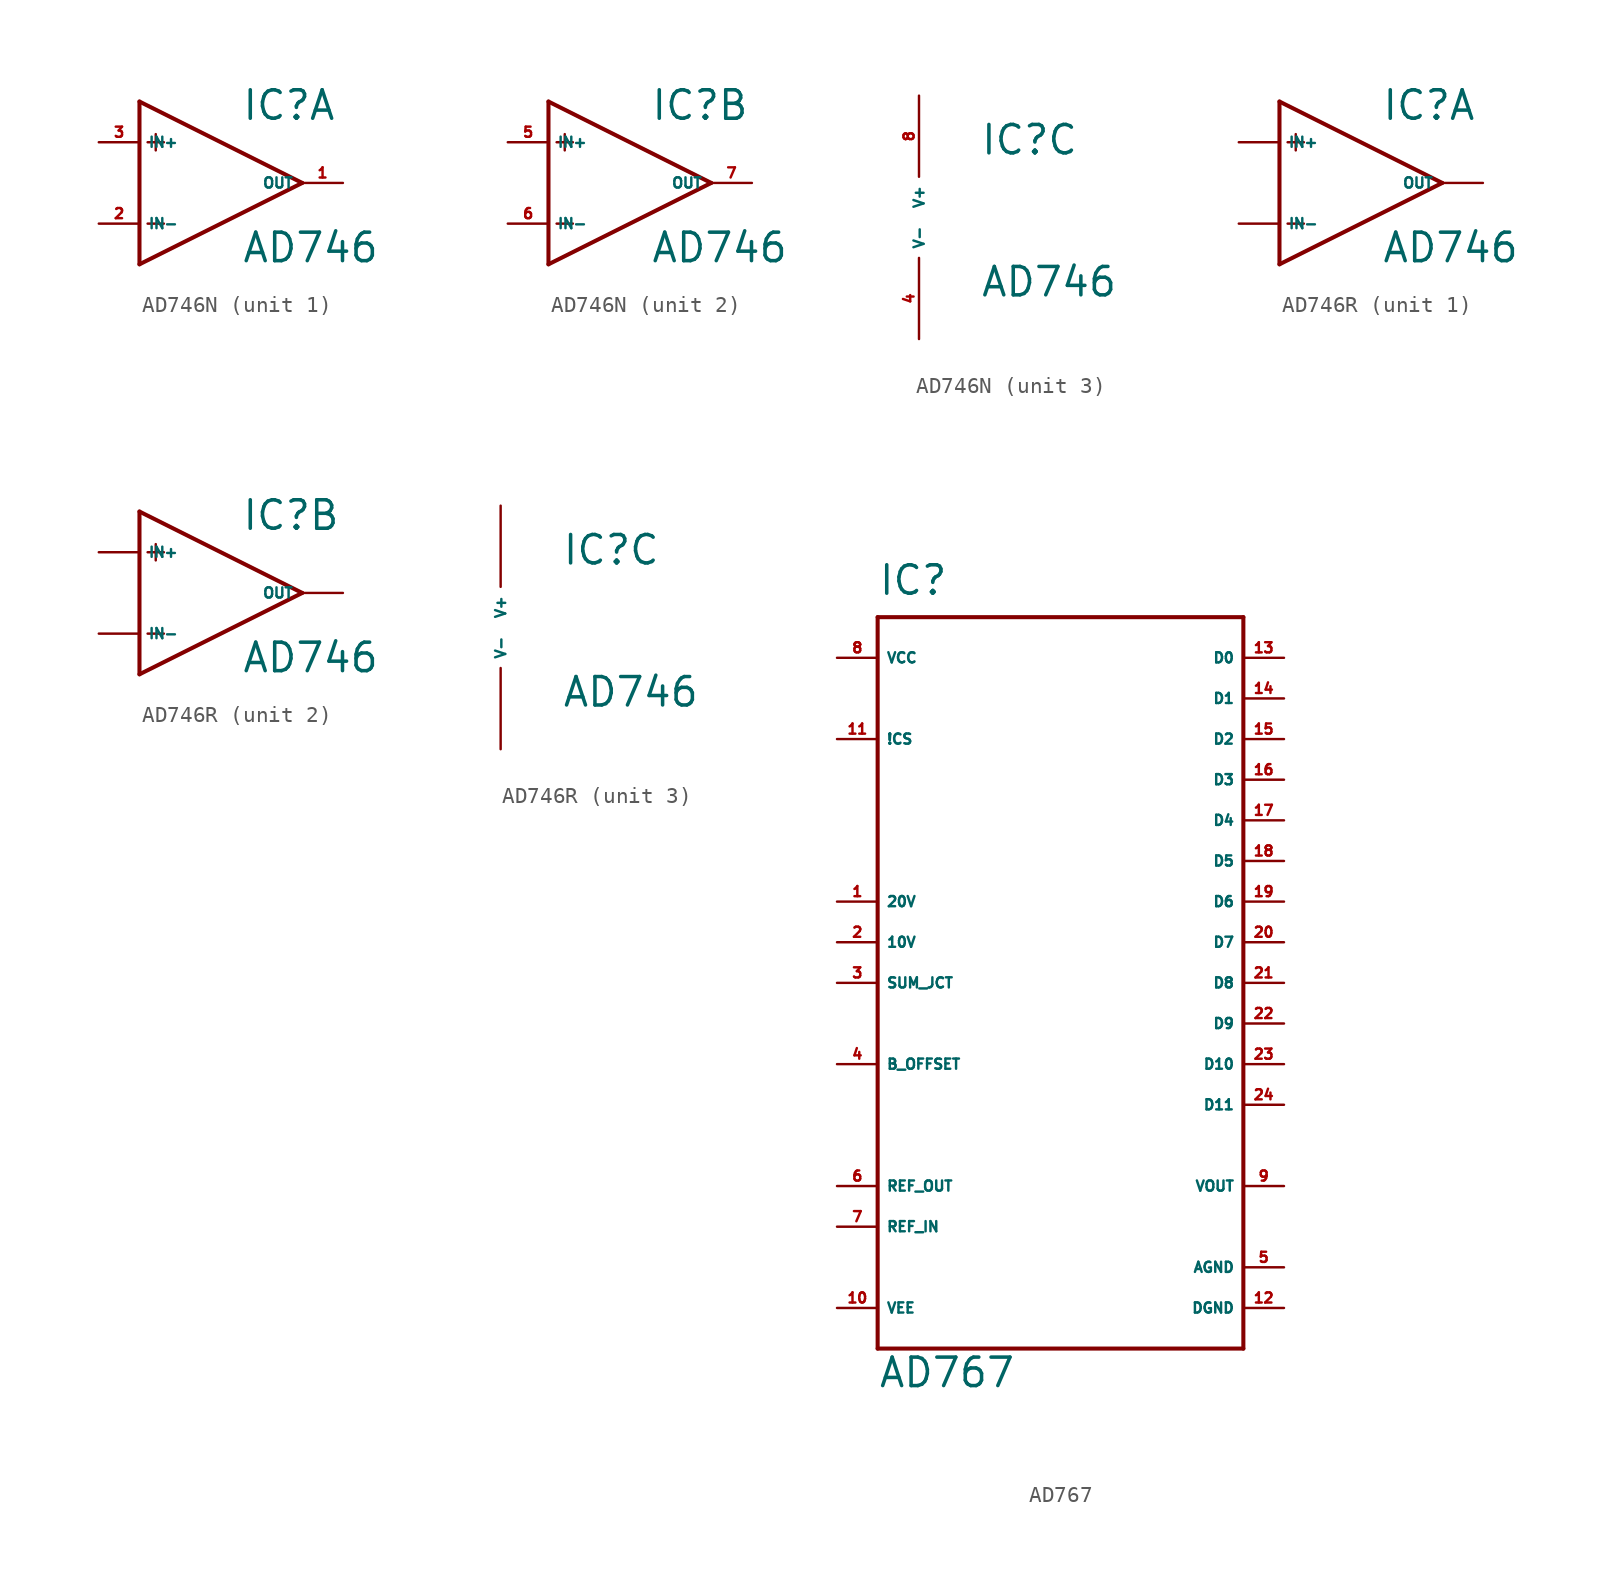
<source format=kicad_sym>
(kicad_symbol_lib
  (version 20220914)
  (generator Eagle2Kicad)
  (symbol "AD746N"
    (property "Reference" "IC"
      (at 3.81 3.81 0)
      (effects (font (size 1.778 1.778) (thickness 0.22)) (justify left bottom)))
    (property "Value" "AD746"
      (at 3.81 -5.08 0)
      (effects (font (size 1.778 1.778) (thickness 0.22)) (justify left bottom)))
    (symbol "AD746N_1_0"
      (polyline (pts (xy -2.54 5.08) (xy -2.54 -5.08)) (stroke (width 0.254) (type default)) (fill (type none)))
      (polyline (pts (xy -2.54 -5.08) (xy 7.62 0)) (stroke (width 0.254) (type default)) (fill (type none)))
      (polyline (pts (xy 7.62 0) (xy -2.54 5.08)) (stroke (width 0.254) (type default)) (fill (type none)))
      (polyline (pts (xy -2.032 2.54) (xy -1.016 2.54)) (stroke (width 0.152) (type default)) (fill (type none)))
      (polyline (pts (xy -1.524 3.048) (xy -1.524 2.032)) (stroke (width 0.152) (type default)) (fill (type none)))
      (polyline (pts (xy -2.032 -2.54) (xy -1.016 -2.54)) (stroke (width 0.152) (type default)) (fill (type none)))
      (pin input line (at -5.08 2.54 0) (length 2.54) (name "IN+" (effects (font (size 0.635 0.635) (thickness 0.08)) (justify left bottom))) (number "3" (effects (font (size 0.635 0.635) (thickness 0.08)) (justify left bottom))))
      (pin input line (at -5.08 -2.54 0) (length 2.54) (name "IN-" (effects (font (size 0.635 0.635) (thickness 0.08)) (justify left bottom))) (number "2" (effects (font (size 0.635 0.635) (thickness 0.08)) (justify left bottom))))
      (pin output line (at 10.16 0 180) (length 2.54) (name "OUT" (effects (font (size 0.635 0.635) (thickness 0.08)) (justify left bottom))) (number "1" (effects (font (size 0.635 0.635) (thickness 0.08)) (justify left bottom)))))
    (symbol "AD746N_2_0"
      (polyline (pts (xy -2.54 5.08) (xy -2.54 -5.08)) (stroke (width 0.254) (type default)) (fill (type none)))
      (polyline (pts (xy -2.54 -5.08) (xy 7.62 0)) (stroke (width 0.254) (type default)) (fill (type none)))
      (polyline (pts (xy 7.62 0) (xy -2.54 5.08)) (stroke (width 0.254) (type default)) (fill (type none)))
      (polyline (pts (xy -2.032 2.54) (xy -1.016 2.54)) (stroke (width 0.152) (type default)) (fill (type none)))
      (polyline (pts (xy -1.524 3.048) (xy -1.524 2.032)) (stroke (width 0.152) (type default)) (fill (type none)))
      (polyline (pts (xy -2.032 -2.54) (xy -1.016 -2.54)) (stroke (width 0.152) (type default)) (fill (type none)))
      (pin input line (at -5.08 2.54 0) (length 2.54) (name "IN+" (effects (font (size 0.635 0.635) (thickness 0.08)) (justify left bottom))) (number "5" (effects (font (size 0.635 0.635) (thickness 0.08)) (justify left bottom))))
      (pin input line (at -5.08 -2.54 0) (length 2.54) (name "IN-" (effects (font (size 0.635 0.635) (thickness 0.08)) (justify left bottom))) (number "6" (effects (font (size 0.635 0.635) (thickness 0.08)) (justify left bottom))))
      (pin output line (at 10.16 0 180) (length 2.54) (name "OUT" (effects (font (size 0.635 0.635) (thickness 0.08)) (justify left bottom))) (number "7" (effects (font (size 0.635 0.635) (thickness 0.08)) (justify left bottom)))))
    (symbol "AD746N_3_0"
      (pin unspecified line (at 0 7.62 270) (length 5.08) (name "V+" (effects (font (size 0.635 0.635) (thickness 0.08)) (justify left bottom))) (number "8" (effects (font (size 0.635 0.635) (thickness 0.08)) (justify left bottom))))
      (pin unspecified line (at 0 -7.62 90) (length 5.08) (name "V-" (effects (font (size 0.635 0.635) (thickness 0.08)) (justify left bottom))) (number "4" (effects (font (size 0.635 0.635) (thickness 0.08)) (justify left bottom))))))
  (symbol "AD746R"
    (property "Reference" "IC"
      (at 3.81 3.81 0)
      (effects (font (size 1.778 1.778) (thickness 0.22)) (justify left bottom)))
    (property "Value" "AD746"
      (at 3.81 -5.08 0)
      (effects (font (size 1.778 1.778) (thickness 0.22)) (justify left bottom)))
    (symbol "AD746R_1_0"
      (polyline (pts (xy -2.54 5.08) (xy -2.54 -5.08)) (stroke (width 0.254) (type default)) (fill (type none)))
      (polyline (pts (xy -2.54 -5.08) (xy 7.62 0)) (stroke (width 0.254) (type default)) (fill (type none)))
      (polyline (pts (xy 7.62 0) (xy -2.54 5.08)) (stroke (width 0.254) (type default)) (fill (type none)))
      (polyline (pts (xy -2.032 2.54) (xy -1.016 2.54)) (stroke (width 0.152) (type default)) (fill (type none)))
      (polyline (pts (xy -1.524 3.048) (xy -1.524 2.032)) (stroke (width 0.152) (type default)) (fill (type none)))
      (polyline (pts (xy -2.032 -2.54) (xy -1.016 -2.54)) (stroke (width 0.152) (type default)) (fill (type none)))
      (pin input line (at -5.08 2.54 0) (length 2.54) (name "IN+" (effects (font (size 0.635 0.635) (thickness 0.08)) (justify left bottom))) (number "" (effects (font (size 0.635 0.635) (thickness 0.08)) (justify left bottom))))
      (pin input line (at -5.08 -2.54 0) (length 2.54) (name "IN-" (effects (font (size 0.635 0.635) (thickness 0.08)) (justify left bottom))) (number "" (effects (font (size 0.635 0.635) (thickness 0.08)) (justify left bottom))))
      (pin output line (at 10.16 0 180) (length 2.54) (name "OUT" (effects (font (size 0.635 0.635) (thickness 0.08)) (justify left bottom))) (number "" (effects (font (size 0.635 0.635) (thickness 0.08)) (justify left bottom)))))
    (symbol "AD746R_2_0"
      (polyline (pts (xy -2.54 5.08) (xy -2.54 -5.08)) (stroke (width 0.254) (type default)) (fill (type none)))
      (polyline (pts (xy -2.54 -5.08) (xy 7.62 0)) (stroke (width 0.254) (type default)) (fill (type none)))
      (polyline (pts (xy 7.62 0) (xy -2.54 5.08)) (stroke (width 0.254) (type default)) (fill (type none)))
      (polyline (pts (xy -2.032 2.54) (xy -1.016 2.54)) (stroke (width 0.152) (type default)) (fill (type none)))
      (polyline (pts (xy -1.524 3.048) (xy -1.524 2.032)) (stroke (width 0.152) (type default)) (fill (type none)))
      (polyline (pts (xy -2.032 -2.54) (xy -1.016 -2.54)) (stroke (width 0.152) (type default)) (fill (type none)))
      (pin input line (at -5.08 2.54 0) (length 2.54) (name "IN+" (effects (font (size 0.635 0.635) (thickness 0.08)) (justify left bottom))) (number "" (effects (font (size 0.635 0.635) (thickness 0.08)) (justify left bottom))))
      (pin input line (at -5.08 -2.54 0) (length 2.54) (name "IN-" (effects (font (size 0.635 0.635) (thickness 0.08)) (justify left bottom))) (number "" (effects (font (size 0.635 0.635) (thickness 0.08)) (justify left bottom))))
      (pin output line (at 10.16 0 180) (length 2.54) (name "OUT" (effects (font (size 0.635 0.635) (thickness 0.08)) (justify left bottom))) (number "" (effects (font (size 0.635 0.635) (thickness 0.08)) (justify left bottom)))))
    (symbol "AD746R_3_0"
      (pin unspecified line (at 0 7.62 270) (length 5.08) (name "V+" (effects (font (size 0.635 0.635) (thickness 0.08)) (justify left bottom))) (number "" (effects (font (size 0.635 0.635) (thickness 0.08)) (justify left bottom))))
      (pin unspecified line (at 0 -7.62 90) (length 5.08) (name "V-" (effects (font (size 0.635 0.635) (thickness 0.08)) (justify left bottom))) (number "" (effects (font (size 0.635 0.635) (thickness 0.08)) (justify left bottom))))))
  (symbol "AD767"
    (property "Reference" "IC"
      (at -10.16 24.13 0)
      (effects (font (size 1.778 1.778) (thickness 0.22)) (justify left bottom)))
    (property "Value" "AD767"
      (at -10.16 -25.4 0)
      (effects (font (size 1.778 1.778) (thickness 0.22)) (justify left bottom)))
    (polyline
      (pts (xy -10.16 -22.86) (xy 12.7 -22.86))
      (stroke (width 0.254) (type default))
      (fill (type none)))
    (polyline
      (pts (xy 12.7 -22.86) (xy 12.7 22.86))
      (stroke (width 0.254) (type default))
      (fill (type none)))
    (polyline
      (pts (xy 12.7 22.86) (xy -10.16 22.86))
      (stroke (width 0.254) (type default))
      (fill (type none)))
    (polyline
      (pts (xy -10.16 22.86) (xy -10.16 -22.86))
      (stroke (width 0.254) (type default))
      (fill (type none)))
    (pin unspecified line
      (at -12.7 20.32 0)
      (length 2.54)
      (name "VCC" (effects (font (size 0.635 0.635) (thickness 0.08)) (justify left bottom)))
      (number "8" (effects (font (size 0.635 0.635) (thickness 0.08)) (justify left bottom))))
    (pin output line
      (at 15.24 -12.7 180)
      (length 2.54)
      (name "VOUT" (effects (font (size 0.635 0.635) (thickness 0.08)) (justify left bottom)))
      (number "9" (effects (font (size 0.635 0.635) (thickness 0.08)) (justify left bottom))))
    (pin input line
      (at -12.7 15.24 0)
      (length 2.54)
      (name "!CS" (effects (font (size 0.635 0.635) (thickness 0.08)) (justify left bottom)))
      (number "11" (effects (font (size 0.635 0.635) (thickness 0.08)) (justify left bottom))))
    (pin passive line
      (at -12.7 0 0)
      (length 2.54)
      (name "SUM_JCT" (effects (font (size 0.635 0.635) (thickness 0.08)) (justify left bottom)))
      (number "3" (effects (font (size 0.635 0.635) (thickness 0.08)) (justify left bottom))))
    (pin output line
      (at -12.7 -12.7 0)
      (length 2.54)
      (name "REF_OUT" (effects (font (size 0.635 0.635) (thickness 0.08)) (justify left bottom)))
      (number "6" (effects (font (size 0.635 0.635) (thickness 0.08)) (justify left bottom))))
    (pin unspecified line
      (at 15.24 -17.78 180)
      (length 2.54)
      (name "AGND" (effects (font (size 0.635 0.635) (thickness 0.08)) (justify left bottom)))
      (number "5" (effects (font (size 0.635 0.635) (thickness 0.08)) (justify left bottom))))
    (pin input line
      (at -12.7 -15.24 0)
      (length 2.54)
      (name "REF_IN" (effects (font (size 0.635 0.635) (thickness 0.08)) (justify left bottom)))
      (number "7" (effects (font (size 0.635 0.635) (thickness 0.08)) (justify left bottom))))
    (pin unspecified line
      (at -12.7 -20.32 0)
      (length 2.54)
      (name "VEE" (effects (font (size 0.635 0.635) (thickness 0.08)) (justify left bottom)))
      (number "10" (effects (font (size 0.635 0.635) (thickness 0.08)) (justify left bottom))))
    (pin passive line
      (at -12.7 -5.08 0)
      (length 2.54)
      (name "B_OFFSET" (effects (font (size 0.635 0.635) (thickness 0.08)) (justify left bottom)))
      (number "4" (effects (font (size 0.635 0.635) (thickness 0.08)) (justify left bottom))))
    (pin passive line
      (at -12.7 2.54 0)
      (length 2.54)
      (name "10V" (effects (font (size 0.635 0.635) (thickness 0.08)) (justify left bottom)))
      (number "2" (effects (font (size 0.635 0.635) (thickness 0.08)) (justify left bottom))))
    (pin passive line
      (at -12.7 5.08 0)
      (length 2.54)
      (name "20V" (effects (font (size 0.635 0.635) (thickness 0.08)) (justify left bottom)))
      (number "1" (effects (font (size 0.635 0.635) (thickness 0.08)) (justify left bottom))))
    (pin unspecified line
      (at 15.24 -20.32 180)
      (length 2.54)
      (name "DGND" (effects (font (size 0.635 0.635) (thickness 0.08)) (justify left bottom)))
      (number "12" (effects (font (size 0.635 0.635) (thickness 0.08)) (justify left bottom))))
    (pin tri_state line
      (at 15.24 20.32 180)
      (length 2.54)
      (name "D0" (effects (font (size 0.635 0.635) (thickness 0.08)) (justify left bottom)))
      (number "13" (effects (font (size 0.635 0.635) (thickness 0.08)) (justify left bottom))))
    (pin tri_state line
      (at 15.24 17.78 180)
      (length 2.54)
      (name "D1" (effects (font (size 0.635 0.635) (thickness 0.08)) (justify left bottom)))
      (number "14" (effects (font (size 0.635 0.635) (thickness 0.08)) (justify left bottom))))
    (pin tri_state line
      (at 15.24 15.24 180)
      (length 2.54)
      (name "D2" (effects (font (size 0.635 0.635) (thickness 0.08)) (justify left bottom)))
      (number "15" (effects (font (size 0.635 0.635) (thickness 0.08)) (justify left bottom))))
    (pin tri_state line
      (at 15.24 12.7 180)
      (length 2.54)
      (name "D3" (effects (font (size 0.635 0.635) (thickness 0.08)) (justify left bottom)))
      (number "16" (effects (font (size 0.635 0.635) (thickness 0.08)) (justify left bottom))))
    (pin tri_state line
      (at 15.24 10.16 180)
      (length 2.54)
      (name "D4" (effects (font (size 0.635 0.635) (thickness 0.08)) (justify left bottom)))
      (number "17" (effects (font (size 0.635 0.635) (thickness 0.08)) (justify left bottom))))
    (pin tri_state line
      (at 15.24 7.62 180)
      (length 2.54)
      (name "D5" (effects (font (size 0.635 0.635) (thickness 0.08)) (justify left bottom)))
      (number "18" (effects (font (size 0.635 0.635) (thickness 0.08)) (justify left bottom))))
    (pin tri_state line
      (at 15.24 5.08 180)
      (length 2.54)
      (name "D6" (effects (font (size 0.635 0.635) (thickness 0.08)) (justify left bottom)))
      (number "19" (effects (font (size 0.635 0.635) (thickness 0.08)) (justify left bottom))))
    (pin tri_state line
      (at 15.24 2.54 180)
      (length 2.54)
      (name "D7" (effects (font (size 0.635 0.635) (thickness 0.08)) (justify left bottom)))
      (number "20" (effects (font (size 0.635 0.635) (thickness 0.08)) (justify left bottom))))
    (pin tri_state line
      (at 15.24 0 180)
      (length 2.54)
      (name "D8" (effects (font (size 0.635 0.635) (thickness 0.08)) (justify left bottom)))
      (number "21" (effects (font (size 0.635 0.635) (thickness 0.08)) (justify left bottom))))
    (pin tri_state line
      (at 15.24 -2.54 180)
      (length 2.54)
      (name "D9" (effects (font (size 0.635 0.635) (thickness 0.08)) (justify left bottom)))
      (number "22" (effects (font (size 0.635 0.635) (thickness 0.08)) (justify left bottom))))
    (pin tri_state line
      (at 15.24 -5.08 180)
      (length 2.54)
      (name "D10" (effects (font (size 0.635 0.635) (thickness 0.08)) (justify left bottom)))
      (number "23" (effects (font (size 0.635 0.635) (thickness 0.08)) (justify left bottom))))
    (pin tri_state line
      (at 15.24 -7.62 180)
      (length 2.54)
      (name "D11" (effects (font (size 0.635 0.635) (thickness 0.08)) (justify left bottom)))
      (number "24" (effects (font (size 0.635 0.635) (thickness 0.08)) (justify left bottom))))))
</source>
